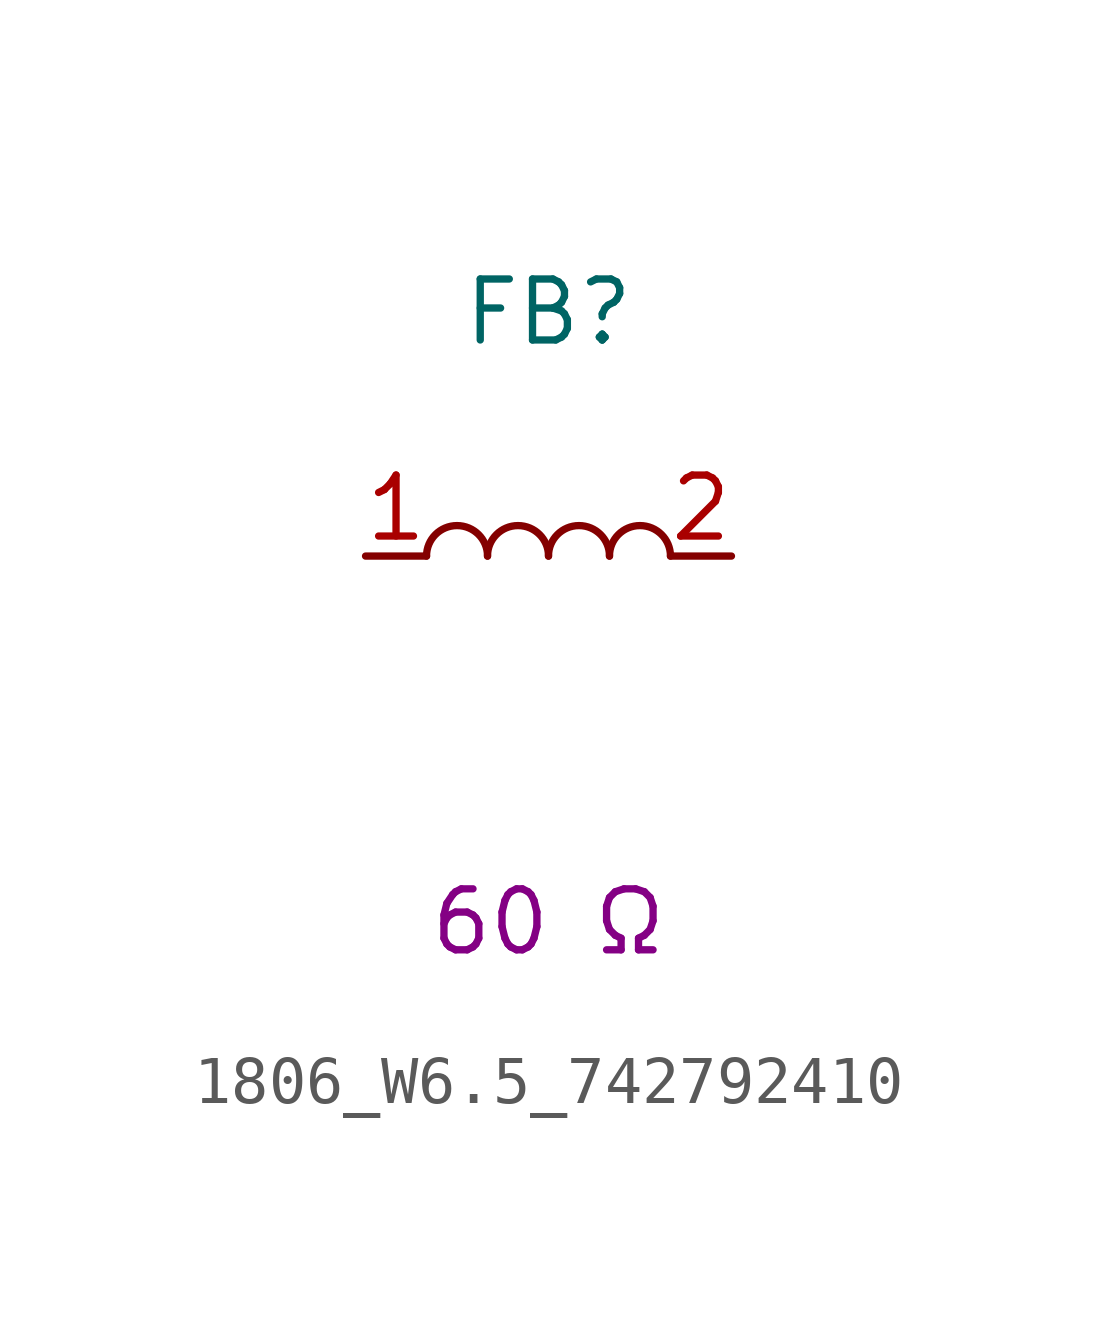
<source format=kicad_sym>
(kicad_symbol_lib
  (version 20220914)
  (generator kicad_symbol_editor)
  (symbol "1806_W6.5_742792410"
    (pin_names hide)
    (property "Reference" "FB"
      (at 0 5.08 0)
      (effects (font (size 1.27 1.27))))
    (property "Critical Parameter" "60 Ω"
      (at 0 -7.62 0)
      (effects (font (size 1.27 1.27))))
    (symbol "1806_W6.5_742792410_0_1"
      (arc (start -1.27 0) (mid -1.905 0.6323) (end -2.54 0) (stroke (width 0) (type default)) (fill (type none)))
      (arc (start 0 0) (mid -0.635 0.6323) (end -1.27 0) (stroke (width 0) (type default)) (fill (type none)))
      (arc (start 1.27 0) (mid 0.635 0.6323) (end 0 0) (stroke (width 0) (type default)) (fill (type none)))
      (arc (start 2.54 0) (mid 1.905 0.6323) (end 1.27 0) (stroke (width 0) (type default)) (fill (type none))))
    (symbol "1806_W6.5_742792410_1_1"
      (pin passive line (at -3.81 0 0) (length 1.27) (name "1" (effects (font (size 1.27 1.27)))) (number "1" (effects (font (size 1.27 1.27)))))
      (pin passive line (at 3.81 0 180) (length 1.27) (name "2" (effects (font (size 1.27 1.27)))) (number "2" (effects (font (size 1.27 1.27))))))))
</source>
